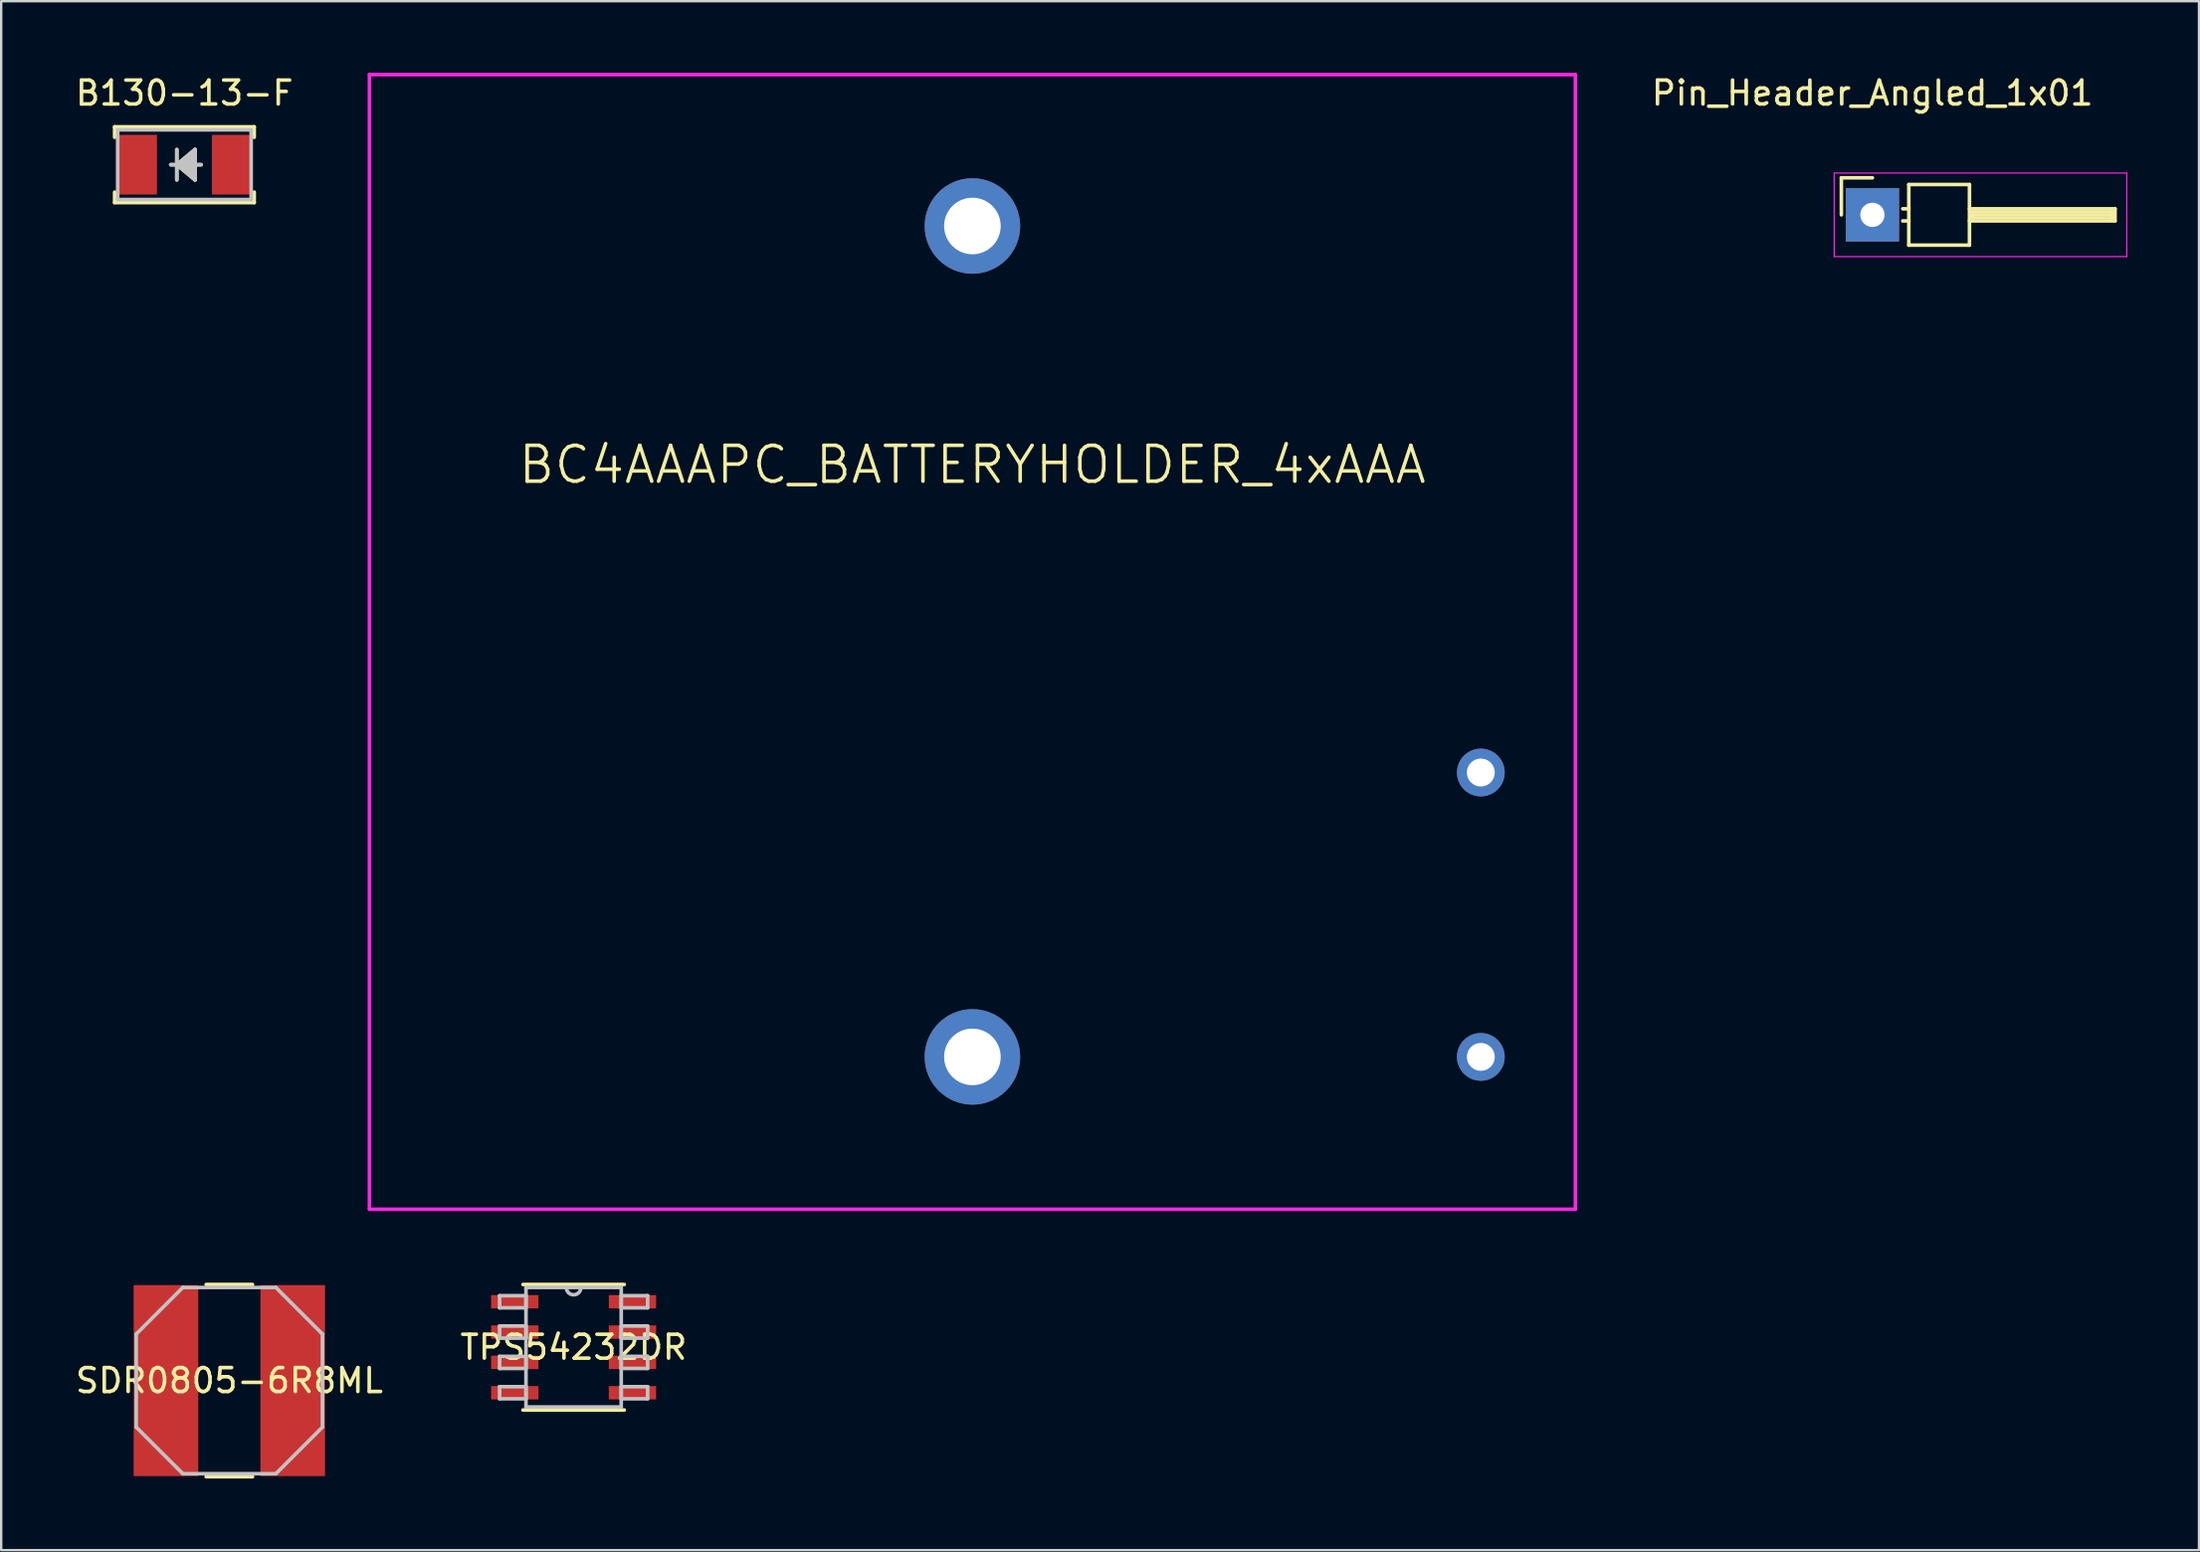
<source format=kicad_pcb>
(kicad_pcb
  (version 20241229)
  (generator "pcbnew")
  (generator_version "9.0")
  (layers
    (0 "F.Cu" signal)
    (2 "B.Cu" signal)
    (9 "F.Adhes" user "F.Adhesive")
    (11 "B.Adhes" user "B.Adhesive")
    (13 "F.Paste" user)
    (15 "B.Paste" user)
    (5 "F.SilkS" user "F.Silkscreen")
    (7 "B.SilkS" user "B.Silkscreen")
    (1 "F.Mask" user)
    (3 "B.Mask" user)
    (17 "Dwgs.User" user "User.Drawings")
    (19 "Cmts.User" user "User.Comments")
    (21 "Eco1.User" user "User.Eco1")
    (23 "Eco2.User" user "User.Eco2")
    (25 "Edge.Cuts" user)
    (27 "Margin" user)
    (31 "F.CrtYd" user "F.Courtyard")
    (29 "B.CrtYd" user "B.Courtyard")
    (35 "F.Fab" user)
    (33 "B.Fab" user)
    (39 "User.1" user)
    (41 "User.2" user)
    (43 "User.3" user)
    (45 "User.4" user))
  (footprint "Pin_Header_Angled_1x01"
    (layer "F.Cu")
    (at 75.358 5.948)
    (property "Reference" "Pin_Header_Angled_1x01" (at 0 -5.1 0) (layer "F.SilkS") (effects (font (size 1 1) (thickness 0.15))))
    (attr through_hole)
    (fp_line (start -1.3 -1.55) (end -1.3 0) (stroke (width 0.15) (type solid)) (layer "F.SilkS"))
    (fp_line (start 0 -1.55) (end -1.3 -1.55) (stroke (width 0.15) (type solid)) (layer "F.SilkS"))
    (fp_line (start 1.524 -1.27) (end 1.524 1.27) (stroke (width 0.15) (type solid)) (layer "F.SilkS"))
    (fp_line (start 1.524 -1.27) (end 4.064 -1.27) (stroke (width 0.15) (type solid)) (layer "F.SilkS"))
    (fp_line (start 1.524 -0.254) (end 1.27 -0.254) (stroke (width 0.15) (type solid)) (layer "F.SilkS"))
    (fp_line (start 1.524 0.254) (end 1.27 0.254) (stroke (width 0.15) (type solid)) (layer "F.SilkS"))
    (fp_line (start 1.524 1.27) (end 4.064 1.27) (stroke (width 0.15) (type solid)) (layer "F.SilkS"))
    (fp_line (start 4.064 -0.254) (end 10.16 -0.254) (stroke (width 0.15) (type solid)) (layer "F.SilkS"))
    (fp_line (start 4.064 1.27) (end 4.064 -1.27) (stroke (width 0.15) (type solid)) (layer "F.SilkS"))
    (fp_line (start 4.191 -0.127) (end 10.033 -0.127) (stroke (width 0.15) (type solid)) (layer "F.SilkS"))
    (fp_line (start 4.191 0) (end 10.033 0) (stroke (width 0.15) (type solid)) (layer "F.SilkS"))
    (fp_line (start 4.191 0.127) (end 4.191 0) (stroke (width 0.15) (type solid)) (layer "F.SilkS"))
    (fp_line (start 10.033 -0.127) (end 10.033 0.127) (stroke (width 0.15) (type solid)) (layer "F.SilkS"))
    (fp_line (start 10.033 0.127) (end 4.191 0.127) (stroke (width 0.15) (type solid)) (layer "F.SilkS"))
    (fp_line (start 10.16 -0.254) (end 10.16 0.254) (stroke (width 0.15) (type solid)) (layer "F.SilkS"))
    (fp_line (start 10.16 0.254) (end 4.064 0.254) (stroke (width 0.15) (type solid)) (layer "F.SilkS"))
    (fp_line (start -1.6 -1.75) (end -1.6 1.75) (stroke (width 0.05) (type solid)) (layer "F.CrtYd"))
    (fp_line (start -1.6 -1.75) (end 10.65 -1.75) (stroke (width 0.05) (type solid)) (layer "F.CrtYd"))
    (fp_line (start -1.6 1.75) (end 10.65 1.75) (stroke (width 0.05) (type solid)) (layer "F.CrtYd"))
    (fp_line (start 10.65 -1.75) (end 10.65 1.75) (stroke (width 0.05) (type solid)) (layer "F.CrtYd"))
    (pad "1" thru_hole rect (at 0 0) (size 2.235 2.235) (drill 1.016) (layers "*.Cu" "*.Mask")))
  (footprint "B130-13-F"
    (layer "F.Cu")
    (at 4.673 3.848)
    (property "Reference" "B130-13-F" (at 0 -3 0) (layer "F.SilkS") (effects (font (size 1 1) (thickness 0.15))))
    (attr through_hole)
    (fp_line (start -2.922 -1.587) (end -2.922 -1.148) (stroke (width 0.152) (type solid)) (layer "F.SilkS"))
    (fp_line (start -2.922 1.148) (end -2.922 1.587) (stroke (width 0.152) (type solid)) (layer "F.SilkS"))
    (fp_line (start -2.922 1.587) (end 2.922 1.587) (stroke (width 0.152) (type solid)) (layer "F.SilkS"))
    (fp_line (start -0.319 -0.635) (end -0.319 0.635) (stroke (width 0.152) (type solid)) (layer "F.SilkS"))
    (fp_line (start -0.319 0) (end 0.443 -0.635) (stroke (width 0.152) (type solid)) (layer "F.SilkS"))
    (fp_line (start -0.319 0) (end 0.443 -0.508) (stroke (width 0.152) (type solid)) (layer "F.SilkS"))
    (fp_line (start -0.319 0) (end 0.443 -0.381) (stroke (width 0.152) (type solid)) (layer "F.SilkS"))
    (fp_line (start -0.319 0) (end 0.443 -0.254) (stroke (width 0.152) (type solid)) (layer "F.SilkS"))
    (fp_line (start -0.319 0) (end 0.443 -0.127) (stroke (width 0.152) (type solid)) (layer "F.SilkS"))
    (fp_line (start -0.319 0) (end 0.443 0.127) (stroke (width 0.152) (type solid)) (layer "F.SilkS"))
    (fp_line (start -0.319 0) (end 0.443 0.254) (stroke (width 0.152) (type solid)) (layer "F.SilkS"))
    (fp_line (start -0.319 0) (end 0.443 0.381) (stroke (width 0.152) (type solid)) (layer "F.SilkS"))
    (fp_line (start -0.319 0) (end 0.443 0.508) (stroke (width 0.152) (type solid)) (layer "F.SilkS"))
    (fp_line (start -0.319 0) (end 0.443 0.635) (stroke (width 0.152) (type solid)) (layer "F.SilkS"))
    (fp_line (start 0.443 -0.635) (end 0.443 0.635) (stroke (width 0.152) (type solid)) (layer "F.SilkS"))
    (fp_line (start 0.697 0) (end -0.573 0) (stroke (width 0.152) (type solid)) (layer "F.SilkS"))
    (fp_line (start 2.922 -1.587) (end -2.922 -1.587) (stroke (width 0.152) (type solid)) (layer "F.SilkS"))
    (fp_line (start 2.922 -1.148) (end 2.922 -1.587) (stroke (width 0.152) (type solid)) (layer "F.SilkS"))
    (fp_line (start 2.922 1.587) (end 2.922 1.148) (stroke (width 0.152) (type solid)) (layer "F.SilkS"))
    (fp_line (start -2.795 -1.46) (end -2.795 1.46) (stroke (width 0.152) (type solid)) (layer "Dwgs.User"))
    (fp_line (start -2.795 1.46) (end 2.795 1.46) (stroke (width 0.152) (type solid)) (layer "Dwgs.User"))
    (fp_line (start -0.319 -0.635) (end -0.319 0.635) (stroke (width 0.152) (type solid)) (layer "Dwgs.User"))
    (fp_line (start -0.319 0) (end 0.443 -0.635) (stroke (width 0.152) (type solid)) (layer "Dwgs.User"))
    (fp_line (start -0.319 0) (end 0.443 -0.508) (stroke (width 0.152) (type solid)) (layer "Dwgs.User"))
    (fp_line (start -0.319 0) (end 0.443 -0.381) (stroke (width 0.152) (type solid)) (layer "Dwgs.User"))
    (fp_line (start -0.319 0) (end 0.443 -0.254) (stroke (width 0.152) (type solid)) (layer "Dwgs.User"))
    (fp_line (start -0.319 0) (end 0.443 -0.127) (stroke (width 0.152) (type solid)) (layer "Dwgs.User"))
    (fp_line (start -0.319 0) (end 0.443 0.127) (stroke (width 0.152) (type solid)) (layer "Dwgs.User"))
    (fp_line (start -0.319 0) (end 0.443 0.254) (stroke (width 0.152) (type solid)) (layer "Dwgs.User"))
    (fp_line (start -0.319 0) (end 0.443 0.381) (stroke (width 0.152) (type solid)) (layer "Dwgs.User"))
    (fp_line (start -0.319 0) (end 0.443 0.508) (stroke (width 0.152) (type solid)) (layer "Dwgs.User"))
    (fp_line (start -0.319 0) (end 0.443 0.635) (stroke (width 0.152) (type solid)) (layer "Dwgs.User"))
    (fp_line (start 0.443 -0.635) (end 0.443 0.635) (stroke (width 0.152) (type solid)) (layer "Dwgs.User"))
    (fp_line (start 0.697 0) (end -0.573 0) (stroke (width 0.152) (type solid)) (layer "Dwgs.User"))
    (fp_line (start 2.795 -1.46) (end -2.795 -1.46) (stroke (width 0.152) (type solid)) (layer "Dwgs.User"))
    (fp_line (start 2.795 1.46) (end 2.795 -1.46) (stroke (width 0.152) (type solid)) (layer "Dwgs.User"))
    (fp_text user "Copyright 2016 Accelerated Designs. All rights reserved." (at 0 0 0) (layer "Cmts.User") (effects (font (size 0.127 0.127) (thickness 0.002))))
    (pad "1" smd rect (at -2 0 90) (size 2.5 1.7) (layers "F.Cu" "F.Mask" "F.Paste"))
    (pad "2" smd rect (at 2 0 90) (size 2.5 1.7) (layers "F.Cu" "F.Mask" "F.Paste")))
  (footprint "SDR0805-6R8ML"
    (layer "F.Cu")
    (at 6.554 54.772)
    (property "Reference" "SDR0805-6R8ML" (at 0 0 0) (layer "F.SilkS") (effects (font (size 1 1) (thickness 0.15))))
    (attr through_hole)
    (fp_line (start -0.97 4.026) (end 0.97 4.026) (stroke (width 0.152) (type solid)) (layer "F.SilkS"))
    (fp_line (start 0.97 -4.026) (end -0.97 -4.026) (stroke (width 0.152) (type solid)) (layer "F.SilkS"))
    (fp_line (start -3.899 -1.949) (end -3.899 1.949) (stroke (width 0.152) (type solid)) (layer "Dwgs.User"))
    (fp_line (start -3.899 1.949) (end -1.949 3.899) (stroke (width 0.152) (type solid)) (layer "Dwgs.User"))
    (fp_line (start -1.949 -3.899) (end -3.899 -1.949) (stroke (width 0.152) (type solid)) (layer "Dwgs.User"))
    (fp_line (start -1.949 3.899) (end 1.949 3.899) (stroke (width 0.152) (type solid)) (layer "Dwgs.User"))
    (fp_line (start 1.949 -3.899) (end -1.949 -3.899) (stroke (width 0.152) (type solid)) (layer "Dwgs.User"))
    (fp_line (start 1.949 3.899) (end 3.899 1.949) (stroke (width 0.152) (type solid)) (layer "Dwgs.User"))
    (fp_line (start 3.899 -1.949) (end 1.949 -3.899) (stroke (width 0.152) (type solid)) (layer "Dwgs.User"))
    (fp_line (start 3.899 1.949) (end 3.899 -1.949) (stroke (width 0.152) (type solid)) (layer "Dwgs.User"))
    (fp_text user "Copyright 2016 Accelerated Designs. All rights reserved." (at 0 0 0) (layer "Cmts.User") (effects (font (size 0.127 0.127) (thickness 0.002))))
    (pad "1" smd rect (at -2.654 0) (size 2.705 8.001) (layers "F.Cu" "F.Mask" "F.Paste"))
    (pad "2" smd rect (at 2.654 0) (size 2.705 8.001) (layers "F.Cu" "F.Mask" "F.Paste")))
  (footprint "BC4AAAPC_BATTERYHOLDER_4xAAA"
    (layer "F.Cu")
    (at 37.67 6.415)
    (property "Reference" "BC4AAAPC_BATTERYHOLDER_4xAAA" (at 0 10 0) (layer "F.SilkS") (effects (font (size 1.5 1.5) (thickness 0.15))))
    (attr through_hole)
    (fp_line (start -25.25 -6.34) (end -25.25 41.18) (stroke (width 0.15) (type solid)) (layer "F.CrtYd"))
    (fp_line (start -25.25 41.18) (end 25.25 41.18) (stroke (width 0.15) (type solid)) (layer "F.CrtYd"))
    (fp_line (start 25.25 -6.34) (end -25.25 -6.34) (stroke (width 0.15) (type solid)) (layer "F.CrtYd"))
    (fp_line (start 25.25 41.18) (end 25.25 -6.34) (stroke (width 0.15) (type solid)) (layer "F.CrtYd"))
    (pad "" np_thru_hole circle (at 0 0) (size 4 4) (drill 2.37) (layers "*.Cu" "*.Mask"))
    (pad "" np_thru_hole circle (at 0 34.8) (size 4 4) (drill 2.37) (layers "*.Cu" "*.Mask"))
    (pad "1" thru_hole circle (at 21.29 34.8) (size 2 2) (drill 1.17) (layers "*.Cu" "*.Mask"))
    (pad "2" thru_hole circle (at 21.29 22.89) (size 2 2) (drill 1.17) (layers "*.Cu" "*.Mask")))
  (footprint "TPS54232DR"
    (layer "F.Cu")
    (at 20.97 53.375)
    (property "Reference" "TPS54232DR" (at 0 0 0) (layer "F.SilkS") (effects (font (size 1 1) (thickness 0.15))))
    (attr through_hole)
    (fp_line (start -2.121 2.629) (end 2.121 2.629) (stroke (width 0.152) (type solid)) (layer "F.SilkS"))
    (fp_line (start 2.121 -2.629) (end -2.121 -2.629) (stroke (width 0.152) (type solid)) (layer "F.SilkS"))
    (fp_line (start -3.099 -2.159) (end -3.099 -1.651) (stroke (width 0.152) (type solid)) (layer "Dwgs.User"))
    (fp_line (start -3.099 -1.651) (end -1.994 -1.651) (stroke (width 0.152) (type solid)) (layer "Dwgs.User"))
    (fp_line (start -3.099 -0.889) (end -3.099 -0.381) (stroke (width 0.152) (type solid)) (layer "Dwgs.User"))
    (fp_line (start -3.099 -0.381) (end -1.994 -0.381) (stroke (width 0.152) (type solid)) (layer "Dwgs.User"))
    (fp_line (start -3.099 0.381) (end -3.099 0.889) (stroke (width 0.152) (type solid)) (layer "Dwgs.User"))
    (fp_line (start -3.099 0.889) (end -1.994 0.889) (stroke (width 0.152) (type solid)) (layer "Dwgs.User"))
    (fp_line (start -3.099 1.651) (end -3.099 2.159) (stroke (width 0.152) (type solid)) (layer "Dwgs.User"))
    (fp_line (start -3.099 2.159) (end -1.994 2.159) (stroke (width 0.152) (type solid)) (layer "Dwgs.User"))
    (fp_line (start -1.994 -2.502) (end -1.994 2.502) (stroke (width 0.152) (type solid)) (layer "Dwgs.User"))
    (fp_line (start -1.994 -2.159) (end -3.099 -2.159) (stroke (width 0.152) (type solid)) (layer "Dwgs.User"))
    (fp_line (start -1.994 -1.651) (end -1.994 -2.159) (stroke (width 0.152) (type solid)) (layer "Dwgs.User"))
    (fp_line (start -1.994 -0.889) (end -3.099 -0.889) (stroke (width 0.152) (type solid)) (layer "Dwgs.User"))
    (fp_line (start -1.994 -0.381) (end -1.994 -0.889) (stroke (width 0.152) (type solid)) (layer "Dwgs.User"))
    (fp_line (start -1.994 0.381) (end -3.099 0.381) (stroke (width 0.152) (type solid)) (layer "Dwgs.User"))
    (fp_line (start -1.994 0.889) (end -1.994 0.381) (stroke (width 0.152) (type solid)) (layer "Dwgs.User"))
    (fp_line (start -1.994 1.651) (end -3.099 1.651) (stroke (width 0.152) (type solid)) (layer "Dwgs.User"))
    (fp_line (start -1.994 2.159) (end -1.994 1.651) (stroke (width 0.152) (type solid)) (layer "Dwgs.User"))
    (fp_line (start -1.994 2.502) (end 1.994 2.502) (stroke (width 0.152) (type solid)) (layer "Dwgs.User"))
    (fp_line (start 1.994 -2.502) (end -1.994 -2.502) (stroke (width 0.152) (type solid)) (layer "Dwgs.User"))
    (fp_line (start 1.994 -2.159) (end 1.994 -1.651) (stroke (width 0.152) (type solid)) (layer "Dwgs.User"))
    (fp_line (start 1.994 -1.651) (end 3.099 -1.651) (stroke (width 0.152) (type solid)) (layer "Dwgs.User"))
    (fp_line (start 1.994 -0.889) (end 1.994 -0.381) (stroke (width 0.152) (type solid)) (layer "Dwgs.User"))
    (fp_line (start 1.994 -0.381) (end 3.099 -0.381) (stroke (width 0.152) (type solid)) (layer "Dwgs.User"))
    (fp_line (start 1.994 0.381) (end 1.994 0.889) (stroke (width 0.152) (type solid)) (layer "Dwgs.User"))
    (fp_line (start 1.994 0.889) (end 3.099 0.889) (stroke (width 0.152) (type solid)) (layer "Dwgs.User"))
    (fp_line (start 1.994 1.651) (end 1.994 2.159) (stroke (width 0.152) (type solid)) (layer "Dwgs.User"))
    (fp_line (start 1.994 2.159) (end 3.099 2.159) (stroke (width 0.152) (type solid)) (layer "Dwgs.User"))
    (fp_line (start 1.994 2.502) (end 1.994 -2.502) (stroke (width 0.152) (type solid)) (layer "Dwgs.User"))
    (fp_line (start 3.099 -2.159) (end 1.994 -2.159) (stroke (width 0.152) (type solid)) (layer "Dwgs.User"))
    (fp_line (start 3.099 -1.651) (end 3.099 -2.159) (stroke (width 0.152) (type solid)) (layer "Dwgs.User"))
    (fp_line (start 3.099 -0.889) (end 1.994 -0.889) (stroke (width 0.152) (type solid)) (layer "Dwgs.User"))
    (fp_line (start 3.099 -0.381) (end 3.099 -0.889) (stroke (width 0.152) (type solid)) (layer "Dwgs.User"))
    (fp_line (start 3.099 0.381) (end 1.994 0.381) (stroke (width 0.152) (type solid)) (layer "Dwgs.User"))
    (fp_line (start 3.099 0.889) (end 3.099 0.381) (stroke (width 0.152) (type solid)) (layer "Dwgs.User"))
    (fp_line (start 3.099 1.651) (end 1.994 1.651) (stroke (width 0.152) (type solid)) (layer "Dwgs.User"))
    (fp_line (start 3.099 2.159) (end 3.099 1.651) (stroke (width 0.152) (type solid)) (layer "Dwgs.User"))
    (fp_arc (start 0.3048 -2.5019) (mid 0 -2.1971) (end -0.3048 -2.5019) (stroke (width 0.1524) (type solid)) (layer "Dwgs.User"))
    (fp_text user "Copyright 2016 Accelerated Designs. All rights reserved." (at 0 0 0) (layer "Cmts.User") (effects (font (size 0.127 0.127) (thickness 0.002))))
    (pad "1" smd rect (at -2.464 -1.905) (size 1.981 0.559) (layers "F.Cu" "F.Mask" "F.Paste"))
    (pad "2" smd rect (at -2.464 -0.635) (size 1.981 0.559) (layers "F.Cu" "F.Mask" "F.Paste"))
    (pad "3" smd rect (at -2.464 0.635) (size 1.981 0.559) (layers "F.Cu" "F.Mask" "F.Paste"))
    (pad "4" smd rect (at -2.464 1.905) (size 1.981 0.559) (layers "F.Cu" "F.Mask" "F.Paste"))
    (pad "5" smd rect (at 2.464 1.905) (size 1.981 0.559) (layers "F.Cu" "F.Mask" "F.Paste"))
    (pad "6" smd rect (at 2.464 0.635) (size 1.981 0.559) (layers "F.Cu" "F.Mask" "F.Paste"))
    (pad "7" smd rect (at 2.464 -0.635) (size 1.981 0.559) (layers "F.Cu" "F.Mask" "F.Paste"))
    (pad "8" smd rect (at 2.464 -1.905) (size 1.981 0.559) (layers "F.Cu" "F.Mask" "F.Paste")))
  (gr_rect
    (start -3 -3)
    (end 89.033 61.874)
    (stroke (width 0.1) (type default))
    (fill no)
    (layer "Edge.Cuts")))
</source>
